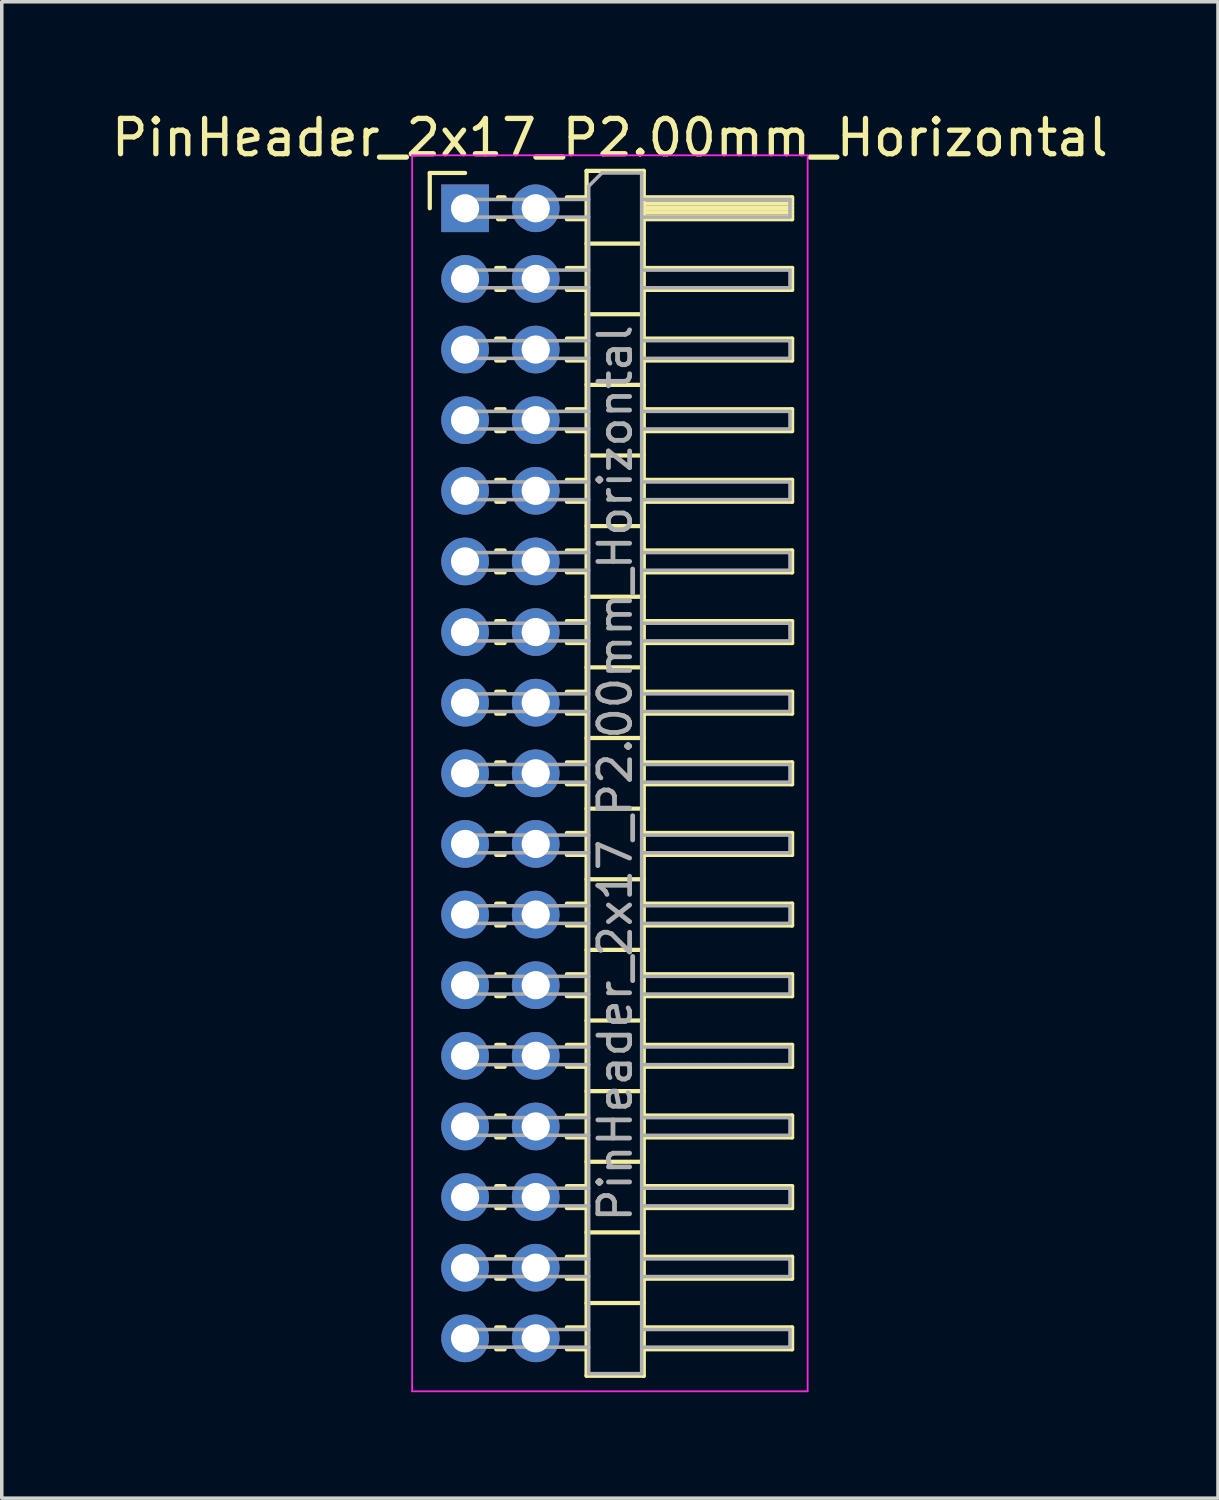
<source format=kicad_pcb>
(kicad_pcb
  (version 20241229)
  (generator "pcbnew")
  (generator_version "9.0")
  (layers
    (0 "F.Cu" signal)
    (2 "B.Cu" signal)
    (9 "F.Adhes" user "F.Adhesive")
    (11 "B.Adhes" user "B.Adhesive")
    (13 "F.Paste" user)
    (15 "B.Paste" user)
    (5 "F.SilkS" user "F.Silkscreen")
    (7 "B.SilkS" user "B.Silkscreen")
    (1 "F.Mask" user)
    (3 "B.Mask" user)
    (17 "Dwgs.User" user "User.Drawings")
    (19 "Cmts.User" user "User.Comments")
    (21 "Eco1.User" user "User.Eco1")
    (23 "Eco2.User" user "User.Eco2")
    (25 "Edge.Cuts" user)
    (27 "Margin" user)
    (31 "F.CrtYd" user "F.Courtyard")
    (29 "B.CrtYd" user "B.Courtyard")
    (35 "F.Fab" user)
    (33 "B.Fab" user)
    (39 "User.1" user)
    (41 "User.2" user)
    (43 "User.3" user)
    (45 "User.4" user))
  (footprint "PinHeader_2x17_P2.00mm_Horizontal"
    (layer "F.Cu")
    (at 10.12 2.848)
    (property "Reference" "PinHeader_2x17_P2.00mm_Horizontal" (at 4.1 -2 0) (layer "F.SilkS") (effects (font (size 1 1) (thickness 0.15))))
    (attr through_hole)
    (fp_line (start -1 -1) (end 0 -1) (stroke (width 0.12) (type solid)) (layer "F.SilkS"))
    (fp_line (start -1 0) (end -1 -1) (stroke (width 0.12) (type solid)) (layer "F.SilkS"))
    (fp_line (start 0.882 1.69) (end 1.118 1.69) (stroke (width 0.12) (type solid)) (layer "F.SilkS"))
    (fp_line (start 0.882 2.31) (end 1.118 2.31) (stroke (width 0.12) (type solid)) (layer "F.SilkS"))
    (fp_line (start 0.882 3.69) (end 1.118 3.69) (stroke (width 0.12) (type solid)) (layer "F.SilkS"))
    (fp_line (start 0.882 4.31) (end 1.118 4.31) (stroke (width 0.12) (type solid)) (layer "F.SilkS"))
    (fp_line (start 0.882 5.69) (end 1.118 5.69) (stroke (width 0.12) (type solid)) (layer "F.SilkS"))
    (fp_line (start 0.882 6.31) (end 1.118 6.31) (stroke (width 0.12) (type solid)) (layer "F.SilkS"))
    (fp_line (start 0.882 7.69) (end 1.118 7.69) (stroke (width 0.12) (type solid)) (layer "F.SilkS"))
    (fp_line (start 0.882 8.31) (end 1.118 8.31) (stroke (width 0.12) (type solid)) (layer "F.SilkS"))
    (fp_line (start 0.882 9.69) (end 1.118 9.69) (stroke (width 0.12) (type solid)) (layer "F.SilkS"))
    (fp_line (start 0.882 10.31) (end 1.118 10.31) (stroke (width 0.12) (type solid)) (layer "F.SilkS"))
    (fp_line (start 0.882 11.69) (end 1.118 11.69) (stroke (width 0.12) (type solid)) (layer "F.SilkS"))
    (fp_line (start 0.882 12.31) (end 1.118 12.31) (stroke (width 0.12) (type solid)) (layer "F.SilkS"))
    (fp_line (start 0.882 13.69) (end 1.118 13.69) (stroke (width 0.12) (type solid)) (layer "F.SilkS"))
    (fp_line (start 0.882 14.31) (end 1.118 14.31) (stroke (width 0.12) (type solid)) (layer "F.SilkS"))
    (fp_line (start 0.882 15.69) (end 1.118 15.69) (stroke (width 0.12) (type solid)) (layer "F.SilkS"))
    (fp_line (start 0.882 16.31) (end 1.118 16.31) (stroke (width 0.12) (type solid)) (layer "F.SilkS"))
    (fp_line (start 0.882 17.69) (end 1.118 17.69) (stroke (width 0.12) (type solid)) (layer "F.SilkS"))
    (fp_line (start 0.882 18.31) (end 1.118 18.31) (stroke (width 0.12) (type solid)) (layer "F.SilkS"))
    (fp_line (start 0.882 19.69) (end 1.118 19.69) (stroke (width 0.12) (type solid)) (layer "F.SilkS"))
    (fp_line (start 0.882 20.31) (end 1.118 20.31) (stroke (width 0.12) (type solid)) (layer "F.SilkS"))
    (fp_line (start 0.882 21.69) (end 1.118 21.69) (stroke (width 0.12) (type solid)) (layer "F.SilkS"))
    (fp_line (start 0.882 22.31) (end 1.118 22.31) (stroke (width 0.12) (type solid)) (layer "F.SilkS"))
    (fp_line (start 0.882 23.69) (end 1.118 23.69) (stroke (width 0.12) (type solid)) (layer "F.SilkS"))
    (fp_line (start 0.882 24.31) (end 1.118 24.31) (stroke (width 0.12) (type solid)) (layer "F.SilkS"))
    (fp_line (start 0.882 25.69) (end 1.118 25.69) (stroke (width 0.12) (type solid)) (layer "F.SilkS"))
    (fp_line (start 0.882 26.31) (end 1.118 26.31) (stroke (width 0.12) (type solid)) (layer "F.SilkS"))
    (fp_line (start 0.882 27.69) (end 1.118 27.69) (stroke (width 0.12) (type solid)) (layer "F.SilkS"))
    (fp_line (start 0.882 28.31) (end 1.118 28.31) (stroke (width 0.12) (type solid)) (layer "F.SilkS"))
    (fp_line (start 0.882 29.69) (end 1.118 29.69) (stroke (width 0.12) (type solid)) (layer "F.SilkS"))
    (fp_line (start 0.882 30.31) (end 1.118 30.31) (stroke (width 0.12) (type solid)) (layer "F.SilkS"))
    (fp_line (start 0.882 31.69) (end 1.118 31.69) (stroke (width 0.12) (type solid)) (layer "F.SilkS"))
    (fp_line (start 0.882 32.31) (end 1.118 32.31) (stroke (width 0.12) (type solid)) (layer "F.SilkS"))
    (fp_line (start 0.935 -0.31) (end 1.118 -0.31) (stroke (width 0.12) (type solid)) (layer "F.SilkS"))
    (fp_line (start 0.935 0.31) (end 1.118 0.31) (stroke (width 0.12) (type solid)) (layer "F.SilkS"))
    (fp_line (start 2.882 -0.31) (end 3.44 -0.31) (stroke (width 0.12) (type solid)) (layer "F.SilkS"))
    (fp_line (start 2.882 0.31) (end 3.44 0.31) (stroke (width 0.12) (type solid)) (layer "F.SilkS"))
    (fp_line (start 2.882 1.69) (end 3.44 1.69) (stroke (width 0.12) (type solid)) (layer "F.SilkS"))
    (fp_line (start 2.882 2.31) (end 3.44 2.31) (stroke (width 0.12) (type solid)) (layer "F.SilkS"))
    (fp_line (start 2.882 3.69) (end 3.44 3.69) (stroke (width 0.12) (type solid)) (layer "F.SilkS"))
    (fp_line (start 2.882 4.31) (end 3.44 4.31) (stroke (width 0.12) (type solid)) (layer "F.SilkS"))
    (fp_line (start 2.882 5.69) (end 3.44 5.69) (stroke (width 0.12) (type solid)) (layer "F.SilkS"))
    (fp_line (start 2.882 6.31) (end 3.44 6.31) (stroke (width 0.12) (type solid)) (layer "F.SilkS"))
    (fp_line (start 2.882 7.69) (end 3.44 7.69) (stroke (width 0.12) (type solid)) (layer "F.SilkS"))
    (fp_line (start 2.882 8.31) (end 3.44 8.31) (stroke (width 0.12) (type solid)) (layer "F.SilkS"))
    (fp_line (start 2.882 9.69) (end 3.44 9.69) (stroke (width 0.12) (type solid)) (layer "F.SilkS"))
    (fp_line (start 2.882 10.31) (end 3.44 10.31) (stroke (width 0.12) (type solid)) (layer "F.SilkS"))
    (fp_line (start 2.882 11.69) (end 3.44 11.69) (stroke (width 0.12) (type solid)) (layer "F.SilkS"))
    (fp_line (start 2.882 12.31) (end 3.44 12.31) (stroke (width 0.12) (type solid)) (layer "F.SilkS"))
    (fp_line (start 2.882 13.69) (end 3.44 13.69) (stroke (width 0.12) (type solid)) (layer "F.SilkS"))
    (fp_line (start 2.882 14.31) (end 3.44 14.31) (stroke (width 0.12) (type solid)) (layer "F.SilkS"))
    (fp_line (start 2.882 15.69) (end 3.44 15.69) (stroke (width 0.12) (type solid)) (layer "F.SilkS"))
    (fp_line (start 2.882 16.31) (end 3.44 16.31) (stroke (width 0.12) (type solid)) (layer "F.SilkS"))
    (fp_line (start 2.882 17.69) (end 3.44 17.69) (stroke (width 0.12) (type solid)) (layer "F.SilkS"))
    (fp_line (start 2.882 18.31) (end 3.44 18.31) (stroke (width 0.12) (type solid)) (layer "F.SilkS"))
    (fp_line (start 2.882 19.69) (end 3.44 19.69) (stroke (width 0.12) (type solid)) (layer "F.SilkS"))
    (fp_line (start 2.882 20.31) (end 3.44 20.31) (stroke (width 0.12) (type solid)) (layer "F.SilkS"))
    (fp_line (start 2.882 21.69) (end 3.44 21.69) (stroke (width 0.12) (type solid)) (layer "F.SilkS"))
    (fp_line (start 2.882 22.31) (end 3.44 22.31) (stroke (width 0.12) (type solid)) (layer "F.SilkS"))
    (fp_line (start 2.882 23.69) (end 3.44 23.69) (stroke (width 0.12) (type solid)) (layer "F.SilkS"))
    (fp_line (start 2.882 24.31) (end 3.44 24.31) (stroke (width 0.12) (type solid)) (layer "F.SilkS"))
    (fp_line (start 2.882 25.69) (end 3.44 25.69) (stroke (width 0.12) (type solid)) (layer "F.SilkS"))
    (fp_line (start 2.882 26.31) (end 3.44 26.31) (stroke (width 0.12) (type solid)) (layer "F.SilkS"))
    (fp_line (start 2.882 27.69) (end 3.44 27.69) (stroke (width 0.12) (type solid)) (layer "F.SilkS"))
    (fp_line (start 2.882 28.31) (end 3.44 28.31) (stroke (width 0.12) (type solid)) (layer "F.SilkS"))
    (fp_line (start 2.882 29.69) (end 3.44 29.69) (stroke (width 0.12) (type solid)) (layer "F.SilkS"))
    (fp_line (start 2.882 30.31) (end 3.44 30.31) (stroke (width 0.12) (type solid)) (layer "F.SilkS"))
    (fp_line (start 2.882 31.69) (end 3.44 31.69) (stroke (width 0.12) (type solid)) (layer "F.SilkS"))
    (fp_line (start 2.882 32.31) (end 3.44 32.31) (stroke (width 0.12) (type solid)) (layer "F.SilkS"))
    (fp_line (start 3.44 -1.06) (end 3.44 33.06) (stroke (width 0.12) (type solid)) (layer "F.SilkS"))
    (fp_line (start 3.44 1) (end 5.06 1) (stroke (width 0.12) (type solid)) (layer "F.SilkS"))
    (fp_line (start 3.44 3) (end 5.06 3) (stroke (width 0.12) (type solid)) (layer "F.SilkS"))
    (fp_line (start 3.44 5) (end 5.06 5) (stroke (width 0.12) (type solid)) (layer "F.SilkS"))
    (fp_line (start 3.44 7) (end 5.06 7) (stroke (width 0.12) (type solid)) (layer "F.SilkS"))
    (fp_line (start 3.44 9) (end 5.06 9) (stroke (width 0.12) (type solid)) (layer "F.SilkS"))
    (fp_line (start 3.44 11) (end 5.06 11) (stroke (width 0.12) (type solid)) (layer "F.SilkS"))
    (fp_line (start 3.44 13) (end 5.06 13) (stroke (width 0.12) (type solid)) (layer "F.SilkS"))
    (fp_line (start 3.44 15) (end 5.06 15) (stroke (width 0.12) (type solid)) (layer "F.SilkS"))
    (fp_line (start 3.44 17) (end 5.06 17) (stroke (width 0.12) (type solid)) (layer "F.SilkS"))
    (fp_line (start 3.44 19) (end 5.06 19) (stroke (width 0.12) (type solid)) (layer "F.SilkS"))
    (fp_line (start 3.44 21) (end 5.06 21) (stroke (width 0.12) (type solid)) (layer "F.SilkS"))
    (fp_line (start 3.44 23) (end 5.06 23) (stroke (width 0.12) (type solid)) (layer "F.SilkS"))
    (fp_line (start 3.44 25) (end 5.06 25) (stroke (width 0.12) (type solid)) (layer "F.SilkS"))
    (fp_line (start 3.44 27) (end 5.06 27) (stroke (width 0.12) (type solid)) (layer "F.SilkS"))
    (fp_line (start 3.44 29) (end 5.06 29) (stroke (width 0.12) (type solid)) (layer "F.SilkS"))
    (fp_line (start 3.44 31) (end 5.06 31) (stroke (width 0.12) (type solid)) (layer "F.SilkS"))
    (fp_line (start 3.44 33.06) (end 5.06 33.06) (stroke (width 0.12) (type solid)) (layer "F.SilkS"))
    (fp_line (start 5.06 -1.06) (end 3.44 -1.06) (stroke (width 0.12) (type solid)) (layer "F.SilkS"))
    (fp_line (start 5.06 -0.31) (end 9.26 -0.31) (stroke (width 0.12) (type solid)) (layer "F.SilkS"))
    (fp_line (start 5.06 -0.25) (end 9.26 -0.25) (stroke (width 0.12) (type solid)) (layer "F.SilkS"))
    (fp_line (start 5.06 -0.13) (end 9.26 -0.13) (stroke (width 0.12) (type solid)) (layer "F.SilkS"))
    (fp_line (start 5.06 -0.01) (end 9.26 -0.01) (stroke (width 0.12) (type solid)) (layer "F.SilkS"))
    (fp_line (start 5.06 0.11) (end 9.26 0.11) (stroke (width 0.12) (type solid)) (layer "F.SilkS"))
    (fp_line (start 5.06 0.23) (end 9.26 0.23) (stroke (width 0.12) (type solid)) (layer "F.SilkS"))
    (fp_line (start 5.06 1.69) (end 9.26 1.69) (stroke (width 0.12) (type solid)) (layer "F.SilkS"))
    (fp_line (start 5.06 3.69) (end 9.26 3.69) (stroke (width 0.12) (type solid)) (layer "F.SilkS"))
    (fp_line (start 5.06 5.69) (end 9.26 5.69) (stroke (width 0.12) (type solid)) (layer "F.SilkS"))
    (fp_line (start 5.06 7.69) (end 9.26 7.69) (stroke (width 0.12) (type solid)) (layer "F.SilkS"))
    (fp_line (start 5.06 9.69) (end 9.26 9.69) (stroke (width 0.12) (type solid)) (layer "F.SilkS"))
    (fp_line (start 5.06 11.69) (end 9.26 11.69) (stroke (width 0.12) (type solid)) (layer "F.SilkS"))
    (fp_line (start 5.06 13.69) (end 9.26 13.69) (stroke (width 0.12) (type solid)) (layer "F.SilkS"))
    (fp_line (start 5.06 15.69) (end 9.26 15.69) (stroke (width 0.12) (type solid)) (layer "F.SilkS"))
    (fp_line (start 5.06 17.69) (end 9.26 17.69) (stroke (width 0.12) (type solid)) (layer "F.SilkS"))
    (fp_line (start 5.06 19.69) (end 9.26 19.69) (stroke (width 0.12) (type solid)) (layer "F.SilkS"))
    (fp_line (start 5.06 21.69) (end 9.26 21.69) (stroke (width 0.12) (type solid)) (layer "F.SilkS"))
    (fp_line (start 5.06 23.69) (end 9.26 23.69) (stroke (width 0.12) (type solid)) (layer "F.SilkS"))
    (fp_line (start 5.06 25.69) (end 9.26 25.69) (stroke (width 0.12) (type solid)) (layer "F.SilkS"))
    (fp_line (start 5.06 27.69) (end 9.26 27.69) (stroke (width 0.12) (type solid)) (layer "F.SilkS"))
    (fp_line (start 5.06 29.69) (end 9.26 29.69) (stroke (width 0.12) (type solid)) (layer "F.SilkS"))
    (fp_line (start 5.06 31.69) (end 9.26 31.69) (stroke (width 0.12) (type solid)) (layer "F.SilkS"))
    (fp_line (start 5.06 33.06) (end 5.06 -1.06) (stroke (width 0.12) (type solid)) (layer "F.SilkS"))
    (fp_line (start 9.26 -0.31) (end 9.26 0.31) (stroke (width 0.12) (type solid)) (layer "F.SilkS"))
    (fp_line (start 9.26 0.31) (end 5.06 0.31) (stroke (width 0.12) (type solid)) (layer "F.SilkS"))
    (fp_line (start 9.26 1.69) (end 9.26 2.31) (stroke (width 0.12) (type solid)) (layer "F.SilkS"))
    (fp_line (start 9.26 2.31) (end 5.06 2.31) (stroke (width 0.12) (type solid)) (layer "F.SilkS"))
    (fp_line (start 9.26 3.69) (end 9.26 4.31) (stroke (width 0.12) (type solid)) (layer "F.SilkS"))
    (fp_line (start 9.26 4.31) (end 5.06 4.31) (stroke (width 0.12) (type solid)) (layer "F.SilkS"))
    (fp_line (start 9.26 5.69) (end 9.26 6.31) (stroke (width 0.12) (type solid)) (layer "F.SilkS"))
    (fp_line (start 9.26 6.31) (end 5.06 6.31) (stroke (width 0.12) (type solid)) (layer "F.SilkS"))
    (fp_line (start 9.26 7.69) (end 9.26 8.31) (stroke (width 0.12) (type solid)) (layer "F.SilkS"))
    (fp_line (start 9.26 8.31) (end 5.06 8.31) (stroke (width 0.12) (type solid)) (layer "F.SilkS"))
    (fp_line (start 9.26 9.69) (end 9.26 10.31) (stroke (width 0.12) (type solid)) (layer "F.SilkS"))
    (fp_line (start 9.26 10.31) (end 5.06 10.31) (stroke (width 0.12) (type solid)) (layer "F.SilkS"))
    (fp_line (start 9.26 11.69) (end 9.26 12.31) (stroke (width 0.12) (type solid)) (layer "F.SilkS"))
    (fp_line (start 9.26 12.31) (end 5.06 12.31) (stroke (width 0.12) (type solid)) (layer "F.SilkS"))
    (fp_line (start 9.26 13.69) (end 9.26 14.31) (stroke (width 0.12) (type solid)) (layer "F.SilkS"))
    (fp_line (start 9.26 14.31) (end 5.06 14.31) (stroke (width 0.12) (type solid)) (layer "F.SilkS"))
    (fp_line (start 9.26 15.69) (end 9.26 16.31) (stroke (width 0.12) (type solid)) (layer "F.SilkS"))
    (fp_line (start 9.26 16.31) (end 5.06 16.31) (stroke (width 0.12) (type solid)) (layer "F.SilkS"))
    (fp_line (start 9.26 17.69) (end 9.26 18.31) (stroke (width 0.12) (type solid)) (layer "F.SilkS"))
    (fp_line (start 9.26 18.31) (end 5.06 18.31) (stroke (width 0.12) (type solid)) (layer "F.SilkS"))
    (fp_line (start 9.26 19.69) (end 9.26 20.31) (stroke (width 0.12) (type solid)) (layer "F.SilkS"))
    (fp_line (start 9.26 20.31) (end 5.06 20.31) (stroke (width 0.12) (type solid)) (layer "F.SilkS"))
    (fp_line (start 9.26 21.69) (end 9.26 22.31) (stroke (width 0.12) (type solid)) (layer "F.SilkS"))
    (fp_line (start 9.26 22.31) (end 5.06 22.31) (stroke (width 0.12) (type solid)) (layer "F.SilkS"))
    (fp_line (start 9.26 23.69) (end 9.26 24.31) (stroke (width 0.12) (type solid)) (layer "F.SilkS"))
    (fp_line (start 9.26 24.31) (end 5.06 24.31) (stroke (width 0.12) (type solid)) (layer "F.SilkS"))
    (fp_line (start 9.26 25.69) (end 9.26 26.31) (stroke (width 0.12) (type solid)) (layer "F.SilkS"))
    (fp_line (start 9.26 26.31) (end 5.06 26.31) (stroke (width 0.12) (type solid)) (layer "F.SilkS"))
    (fp_line (start 9.26 27.69) (end 9.26 28.31) (stroke (width 0.12) (type solid)) (layer "F.SilkS"))
    (fp_line (start 9.26 28.31) (end 5.06 28.31) (stroke (width 0.12) (type solid)) (layer "F.SilkS"))
    (fp_line (start 9.26 29.69) (end 9.26 30.31) (stroke (width 0.12) (type solid)) (layer "F.SilkS"))
    (fp_line (start 9.26 30.31) (end 5.06 30.31) (stroke (width 0.12) (type solid)) (layer "F.SilkS"))
    (fp_line (start 9.26 31.69) (end 9.26 32.31) (stroke (width 0.12) (type solid)) (layer "F.SilkS"))
    (fp_line (start 9.26 32.31) (end 5.06 32.31) (stroke (width 0.12) (type solid)) (layer "F.SilkS"))
    (fp_line (start -1.5 -1.5) (end -1.5 33.5) (stroke (width 0.05) (type solid)) (layer "F.CrtYd"))
    (fp_line (start -1.5 33.5) (end 9.7 33.5) (stroke (width 0.05) (type solid)) (layer "F.CrtYd"))
    (fp_line (start 9.7 -1.5) (end -1.5 -1.5) (stroke (width 0.05) (type solid)) (layer "F.CrtYd"))
    (fp_line (start 9.7 33.5) (end 9.7 -1.5) (stroke (width 0.05) (type solid)) (layer "F.CrtYd"))
    (fp_line (start -0.25 -0.25) (end -0.25 0.25) (stroke (width 0.1) (type solid)) (layer "F.Fab"))
    (fp_line (start -0.25 -0.25) (end 3.5 -0.25) (stroke (width 0.1) (type solid)) (layer "F.Fab"))
    (fp_line (start -0.25 0.25) (end 3.5 0.25) (stroke (width 0.1) (type solid)) (layer "F.Fab"))
    (fp_line (start -0.25 1.75) (end -0.25 2.25) (stroke (width 0.1) (type solid)) (layer "F.Fab"))
    (fp_line (start -0.25 1.75) (end 3.5 1.75) (stroke (width 0.1) (type solid)) (layer "F.Fab"))
    (fp_line (start -0.25 2.25) (end 3.5 2.25) (stroke (width 0.1) (type solid)) (layer "F.Fab"))
    (fp_line (start -0.25 3.75) (end -0.25 4.25) (stroke (width 0.1) (type solid)) (layer "F.Fab"))
    (fp_line (start -0.25 3.75) (end 3.5 3.75) (stroke (width 0.1) (type solid)) (layer "F.Fab"))
    (fp_line (start -0.25 4.25) (end 3.5 4.25) (stroke (width 0.1) (type solid)) (layer "F.Fab"))
    (fp_line (start -0.25 5.75) (end -0.25 6.25) (stroke (width 0.1) (type solid)) (layer "F.Fab"))
    (fp_line (start -0.25 5.75) (end 3.5 5.75) (stroke (width 0.1) (type solid)) (layer "F.Fab"))
    (fp_line (start -0.25 6.25) (end 3.5 6.25) (stroke (width 0.1) (type solid)) (layer "F.Fab"))
    (fp_line (start -0.25 7.75) (end -0.25 8.25) (stroke (width 0.1) (type solid)) (layer "F.Fab"))
    (fp_line (start -0.25 7.75) (end 3.5 7.75) (stroke (width 0.1) (type solid)) (layer "F.Fab"))
    (fp_line (start -0.25 8.25) (end 3.5 8.25) (stroke (width 0.1) (type solid)) (layer "F.Fab"))
    (fp_line (start -0.25 9.75) (end -0.25 10.25) (stroke (width 0.1) (type solid)) (layer "F.Fab"))
    (fp_line (start -0.25 9.75) (end 3.5 9.75) (stroke (width 0.1) (type solid)) (layer "F.Fab"))
    (fp_line (start -0.25 10.25) (end 3.5 10.25) (stroke (width 0.1) (type solid)) (layer "F.Fab"))
    (fp_line (start -0.25 11.75) (end -0.25 12.25) (stroke (width 0.1) (type solid)) (layer "F.Fab"))
    (fp_line (start -0.25 11.75) (end 3.5 11.75) (stroke (width 0.1) (type solid)) (layer "F.Fab"))
    (fp_line (start -0.25 12.25) (end 3.5 12.25) (stroke (width 0.1) (type solid)) (layer "F.Fab"))
    (fp_line (start -0.25 13.75) (end -0.25 14.25) (stroke (width 0.1) (type solid)) (layer "F.Fab"))
    (fp_line (start -0.25 13.75) (end 3.5 13.75) (stroke (width 0.1) (type solid)) (layer "F.Fab"))
    (fp_line (start -0.25 14.25) (end 3.5 14.25) (stroke (width 0.1) (type solid)) (layer "F.Fab"))
    (fp_line (start -0.25 15.75) (end -0.25 16.25) (stroke (width 0.1) (type solid)) (layer "F.Fab"))
    (fp_line (start -0.25 15.75) (end 3.5 15.75) (stroke (width 0.1) (type solid)) (layer "F.Fab"))
    (fp_line (start -0.25 16.25) (end 3.5 16.25) (stroke (width 0.1) (type solid)) (layer "F.Fab"))
    (fp_line (start -0.25 17.75) (end -0.25 18.25) (stroke (width 0.1) (type solid)) (layer "F.Fab"))
    (fp_line (start -0.25 17.75) (end 3.5 17.75) (stroke (width 0.1) (type solid)) (layer "F.Fab"))
    (fp_line (start -0.25 18.25) (end 3.5 18.25) (stroke (width 0.1) (type solid)) (layer "F.Fab"))
    (fp_line (start -0.25 19.75) (end -0.25 20.25) (stroke (width 0.1) (type solid)) (layer "F.Fab"))
    (fp_line (start -0.25 19.75) (end 3.5 19.75) (stroke (width 0.1) (type solid)) (layer "F.Fab"))
    (fp_line (start -0.25 20.25) (end 3.5 20.25) (stroke (width 0.1) (type solid)) (layer "F.Fab"))
    (fp_line (start -0.25 21.75) (end -0.25 22.25) (stroke (width 0.1) (type solid)) (layer "F.Fab"))
    (fp_line (start -0.25 21.75) (end 3.5 21.75) (stroke (width 0.1) (type solid)) (layer "F.Fab"))
    (fp_line (start -0.25 22.25) (end 3.5 22.25) (stroke (width 0.1) (type solid)) (layer "F.Fab"))
    (fp_line (start -0.25 23.75) (end -0.25 24.25) (stroke (width 0.1) (type solid)) (layer "F.Fab"))
    (fp_line (start -0.25 23.75) (end 3.5 23.75) (stroke (width 0.1) (type solid)) (layer "F.Fab"))
    (fp_line (start -0.25 24.25) (end 3.5 24.25) (stroke (width 0.1) (type solid)) (layer "F.Fab"))
    (fp_line (start -0.25 25.75) (end -0.25 26.25) (stroke (width 0.1) (type solid)) (layer "F.Fab"))
    (fp_line (start -0.25 25.75) (end 3.5 25.75) (stroke (width 0.1) (type solid)) (layer "F.Fab"))
    (fp_line (start -0.25 26.25) (end 3.5 26.25) (stroke (width 0.1) (type solid)) (layer "F.Fab"))
    (fp_line (start -0.25 27.75) (end -0.25 28.25) (stroke (width 0.1) (type solid)) (layer "F.Fab"))
    (fp_line (start -0.25 27.75) (end 3.5 27.75) (stroke (width 0.1) (type solid)) (layer "F.Fab"))
    (fp_line (start -0.25 28.25) (end 3.5 28.25) (stroke (width 0.1) (type solid)) (layer "F.Fab"))
    (fp_line (start -0.25 29.75) (end -0.25 30.25) (stroke (width 0.1) (type solid)) (layer "F.Fab"))
    (fp_line (start -0.25 29.75) (end 3.5 29.75) (stroke (width 0.1) (type solid)) (layer "F.Fab"))
    (fp_line (start -0.25 30.25) (end 3.5 30.25) (stroke (width 0.1) (type solid)) (layer "F.Fab"))
    (fp_line (start -0.25 31.75) (end -0.25 32.25) (stroke (width 0.1) (type solid)) (layer "F.Fab"))
    (fp_line (start -0.25 31.75) (end 3.5 31.75) (stroke (width 0.1) (type solid)) (layer "F.Fab"))
    (fp_line (start -0.25 32.25) (end 3.5 32.25) (stroke (width 0.1) (type solid)) (layer "F.Fab"))
    (fp_line (start 3.5 -0.625) (end 3.875 -1) (stroke (width 0.1) (type solid)) (layer "F.Fab"))
    (fp_line (start 3.5 33) (end 3.5 -0.625) (stroke (width 0.1) (type solid)) (layer "F.Fab"))
    (fp_line (start 3.875 -1) (end 5 -1) (stroke (width 0.1) (type solid)) (layer "F.Fab"))
    (fp_line (start 5 -1) (end 5 33) (stroke (width 0.1) (type solid)) (layer "F.Fab"))
    (fp_line (start 5 -0.25) (end 9.2 -0.25) (stroke (width 0.1) (type solid)) (layer "F.Fab"))
    (fp_line (start 5 0.25) (end 9.2 0.25) (stroke (width 0.1) (type solid)) (layer "F.Fab"))
    (fp_line (start 5 1.75) (end 9.2 1.75) (stroke (width 0.1) (type solid)) (layer "F.Fab"))
    (fp_line (start 5 2.25) (end 9.2 2.25) (stroke (width 0.1) (type solid)) (layer "F.Fab"))
    (fp_line (start 5 3.75) (end 9.2 3.75) (stroke (width 0.1) (type solid)) (layer "F.Fab"))
    (fp_line (start 5 4.25) (end 9.2 4.25) (stroke (width 0.1) (type solid)) (layer "F.Fab"))
    (fp_line (start 5 5.75) (end 9.2 5.75) (stroke (width 0.1) (type solid)) (layer "F.Fab"))
    (fp_line (start 5 6.25) (end 9.2 6.25) (stroke (width 0.1) (type solid)) (layer "F.Fab"))
    (fp_line (start 5 7.75) (end 9.2 7.75) (stroke (width 0.1) (type solid)) (layer "F.Fab"))
    (fp_line (start 5 8.25) (end 9.2 8.25) (stroke (width 0.1) (type solid)) (layer "F.Fab"))
    (fp_line (start 5 9.75) (end 9.2 9.75) (stroke (width 0.1) (type solid)) (layer "F.Fab"))
    (fp_line (start 5 10.25) (end 9.2 10.25) (stroke (width 0.1) (type solid)) (layer "F.Fab"))
    (fp_line (start 5 11.75) (end 9.2 11.75) (stroke (width 0.1) (type solid)) (layer "F.Fab"))
    (fp_line (start 5 12.25) (end 9.2 12.25) (stroke (width 0.1) (type solid)) (layer "F.Fab"))
    (fp_line (start 5 13.75) (end 9.2 13.75) (stroke (width 0.1) (type solid)) (layer "F.Fab"))
    (fp_line (start 5 14.25) (end 9.2 14.25) (stroke (width 0.1) (type solid)) (layer "F.Fab"))
    (fp_line (start 5 15.75) (end 9.2 15.75) (stroke (width 0.1) (type solid)) (layer "F.Fab"))
    (fp_line (start 5 16.25) (end 9.2 16.25) (stroke (width 0.1) (type solid)) (layer "F.Fab"))
    (fp_line (start 5 17.75) (end 9.2 17.75) (stroke (width 0.1) (type solid)) (layer "F.Fab"))
    (fp_line (start 5 18.25) (end 9.2 18.25) (stroke (width 0.1) (type solid)) (layer "F.Fab"))
    (fp_line (start 5 19.75) (end 9.2 19.75) (stroke (width 0.1) (type solid)) (layer "F.Fab"))
    (fp_line (start 5 20.25) (end 9.2 20.25) (stroke (width 0.1) (type solid)) (layer "F.Fab"))
    (fp_line (start 5 21.75) (end 9.2 21.75) (stroke (width 0.1) (type solid)) (layer "F.Fab"))
    (fp_line (start 5 22.25) (end 9.2 22.25) (stroke (width 0.1) (type solid)) (layer "F.Fab"))
    (fp_line (start 5 23.75) (end 9.2 23.75) (stroke (width 0.1) (type solid)) (layer "F.Fab"))
    (fp_line (start 5 24.25) (end 9.2 24.25) (stroke (width 0.1) (type solid)) (layer "F.Fab"))
    (fp_line (start 5 25.75) (end 9.2 25.75) (stroke (width 0.1) (type solid)) (layer "F.Fab"))
    (fp_line (start 5 26.25) (end 9.2 26.25) (stroke (width 0.1) (type solid)) (layer "F.Fab"))
    (fp_line (start 5 27.75) (end 9.2 27.75) (stroke (width 0.1) (type solid)) (layer "F.Fab"))
    (fp_line (start 5 28.25) (end 9.2 28.25) (stroke (width 0.1) (type solid)) (layer "F.Fab"))
    (fp_line (start 5 29.75) (end 9.2 29.75) (stroke (width 0.1) (type solid)) (layer "F.Fab"))
    (fp_line (start 5 30.25) (end 9.2 30.25) (stroke (width 0.1) (type solid)) (layer "F.Fab"))
    (fp_line (start 5 31.75) (end 9.2 31.75) (stroke (width 0.1) (type solid)) (layer "F.Fab"))
    (fp_line (start 5 32.25) (end 9.2 32.25) (stroke (width 0.1) (type solid)) (layer "F.Fab"))
    (fp_line (start 5 33) (end 3.5 33) (stroke (width 0.1) (type solid)) (layer "F.Fab"))
    (fp_line (start 9.2 -0.25) (end 9.2 0.25) (stroke (width 0.1) (type solid)) (layer "F.Fab"))
    (fp_line (start 9.2 1.75) (end 9.2 2.25) (stroke (width 0.1) (type solid)) (layer "F.Fab"))
    (fp_line (start 9.2 3.75) (end 9.2 4.25) (stroke (width 0.1) (type solid)) (layer "F.Fab"))
    (fp_line (start 9.2 5.75) (end 9.2 6.25) (stroke (width 0.1) (type solid)) (layer "F.Fab"))
    (fp_line (start 9.2 7.75) (end 9.2 8.25) (stroke (width 0.1) (type solid)) (layer "F.Fab"))
    (fp_line (start 9.2 9.75) (end 9.2 10.25) (stroke (width 0.1) (type solid)) (layer "F.Fab"))
    (fp_line (start 9.2 11.75) (end 9.2 12.25) (stroke (width 0.1) (type solid)) (layer "F.Fab"))
    (fp_line (start 9.2 13.75) (end 9.2 14.25) (stroke (width 0.1) (type solid)) (layer "F.Fab"))
    (fp_line (start 9.2 15.75) (end 9.2 16.25) (stroke (width 0.1) (type solid)) (layer "F.Fab"))
    (fp_line (start 9.2 17.75) (end 9.2 18.25) (stroke (width 0.1) (type solid)) (layer "F.Fab"))
    (fp_line (start 9.2 19.75) (end 9.2 20.25) (stroke (width 0.1) (type solid)) (layer "F.Fab"))
    (fp_line (start 9.2 21.75) (end 9.2 22.25) (stroke (width 0.1) (type solid)) (layer "F.Fab"))
    (fp_line (start 9.2 23.75) (end 9.2 24.25) (stroke (width 0.1) (type solid)) (layer "F.Fab"))
    (fp_line (start 9.2 25.75) (end 9.2 26.25) (stroke (width 0.1) (type solid)) (layer "F.Fab"))
    (fp_line (start 9.2 27.75) (end 9.2 28.25) (stroke (width 0.1) (type solid)) (layer "F.Fab"))
    (fp_line (start 9.2 29.75) (end 9.2 30.25) (stroke (width 0.1) (type solid)) (layer "F.Fab"))
    (fp_line (start 9.2 31.75) (end 9.2 32.25) (stroke (width 0.1) (type solid)) (layer "F.Fab"))
    (fp_text user "${REFERENCE}" (at 4.25 16 90) (layer "F.Fab") (effects (font (size 0.9 0.9) (thickness 0.135))))
    (pad "1" thru_hole rect (at 0 0) (size 1.35 1.35) (drill 0.8) (layers "*.Cu" "*.Mask"))
    (pad "2" thru_hole oval (at 2 0) (size 1.35 1.35) (drill 0.8) (layers "*.Cu" "*.Mask"))
    (pad "3" thru_hole oval (at 0 2) (size 1.35 1.35) (drill 0.8) (layers "*.Cu" "*.Mask"))
    (pad "4" thru_hole oval (at 2 2) (size 1.35 1.35) (drill 0.8) (layers "*.Cu" "*.Mask"))
    (pad "5" thru_hole oval (at 0 4) (size 1.35 1.35) (drill 0.8) (layers "*.Cu" "*.Mask"))
    (pad "6" thru_hole oval (at 2 4) (size 1.35 1.35) (drill 0.8) (layers "*.Cu" "*.Mask"))
    (pad "7" thru_hole oval (at 0 6) (size 1.35 1.35) (drill 0.8) (layers "*.Cu" "*.Mask"))
    (pad "8" thru_hole oval (at 2 6) (size 1.35 1.35) (drill 0.8) (layers "*.Cu" "*.Mask"))
    (pad "9" thru_hole oval (at 0 8) (size 1.35 1.35) (drill 0.8) (layers "*.Cu" "*.Mask"))
    (pad "10" thru_hole oval (at 2 8) (size 1.35 1.35) (drill 0.8) (layers "*.Cu" "*.Mask"))
    (pad "11" thru_hole oval (at 0 10) (size 1.35 1.35) (drill 0.8) (layers "*.Cu" "*.Mask"))
    (pad "12" thru_hole oval (at 2 10) (size 1.35 1.35) (drill 0.8) (layers "*.Cu" "*.Mask"))
    (pad "13" thru_hole oval (at 0 12) (size 1.35 1.35) (drill 0.8) (layers "*.Cu" "*.Mask"))
    (pad "14" thru_hole oval (at 2 12) (size 1.35 1.35) (drill 0.8) (layers "*.Cu" "*.Mask"))
    (pad "15" thru_hole oval (at 0 14) (size 1.35 1.35) (drill 0.8) (layers "*.Cu" "*.Mask"))
    (pad "16" thru_hole oval (at 2 14) (size 1.35 1.35) (drill 0.8) (layers "*.Cu" "*.Mask"))
    (pad "17" thru_hole oval (at 0 16) (size 1.35 1.35) (drill 0.8) (layers "*.Cu" "*.Mask"))
    (pad "18" thru_hole oval (at 2 16) (size 1.35 1.35) (drill 0.8) (layers "*.Cu" "*.Mask"))
    (pad "19" thru_hole oval (at 0 18) (size 1.35 1.35) (drill 0.8) (layers "*.Cu" "*.Mask"))
    (pad "20" thru_hole oval (at 2 18) (size 1.35 1.35) (drill 0.8) (layers "*.Cu" "*.Mask"))
    (pad "21" thru_hole oval (at 0 20) (size 1.35 1.35) (drill 0.8) (layers "*.Cu" "*.Mask"))
    (pad "22" thru_hole oval (at 2 20) (size 1.35 1.35) (drill 0.8) (layers "*.Cu" "*.Mask"))
    (pad "23" thru_hole oval (at 0 22) (size 1.35 1.35) (drill 0.8) (layers "*.Cu" "*.Mask"))
    (pad "24" thru_hole oval (at 2 22) (size 1.35 1.35) (drill 0.8) (layers "*.Cu" "*.Mask"))
    (pad "25" thru_hole oval (at 0 24) (size 1.35 1.35) (drill 0.8) (layers "*.Cu" "*.Mask"))
    (pad "26" thru_hole oval (at 2 24) (size 1.35 1.35) (drill 0.8) (layers "*.Cu" "*.Mask"))
    (pad "27" thru_hole oval (at 0 26) (size 1.35 1.35) (drill 0.8) (layers "*.Cu" "*.Mask"))
    (pad "28" thru_hole oval (at 2 26) (size 1.35 1.35) (drill 0.8) (layers "*.Cu" "*.Mask"))
    (pad "29" thru_hole oval (at 0 28) (size 1.35 1.35) (drill 0.8) (layers "*.Cu" "*.Mask"))
    (pad "30" thru_hole oval (at 2 28) (size 1.35 1.35) (drill 0.8) (layers "*.Cu" "*.Mask"))
    (pad "31" thru_hole oval (at 0 30) (size 1.35 1.35) (drill 0.8) (layers "*.Cu" "*.Mask"))
    (pad "32" thru_hole oval (at 2 30) (size 1.35 1.35) (drill 0.8) (layers "*.Cu" "*.Mask"))
    (pad "33" thru_hole oval (at 0 32) (size 1.35 1.35) (drill 0.8) (layers "*.Cu" "*.Mask"))
    (pad "34" thru_hole oval (at 2 32) (size 1.35 1.35) (drill 0.8) (layers "*.Cu" "*.Mask")))
  (gr_rect
    (start -3 -3)
    (end 31.44 39.373)
    (stroke (width 0.1) (type default))
    (fill no)
    (layer "Edge.Cuts")))
</source>
